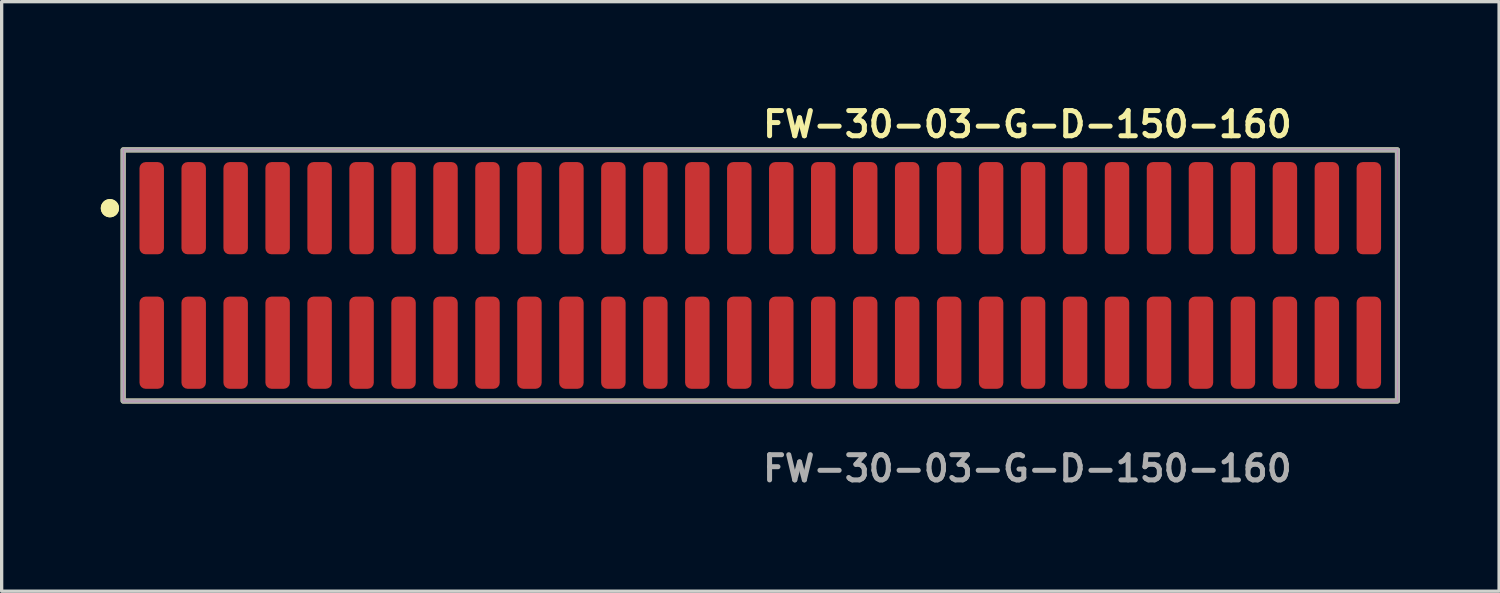
<source format=kicad_pcb>
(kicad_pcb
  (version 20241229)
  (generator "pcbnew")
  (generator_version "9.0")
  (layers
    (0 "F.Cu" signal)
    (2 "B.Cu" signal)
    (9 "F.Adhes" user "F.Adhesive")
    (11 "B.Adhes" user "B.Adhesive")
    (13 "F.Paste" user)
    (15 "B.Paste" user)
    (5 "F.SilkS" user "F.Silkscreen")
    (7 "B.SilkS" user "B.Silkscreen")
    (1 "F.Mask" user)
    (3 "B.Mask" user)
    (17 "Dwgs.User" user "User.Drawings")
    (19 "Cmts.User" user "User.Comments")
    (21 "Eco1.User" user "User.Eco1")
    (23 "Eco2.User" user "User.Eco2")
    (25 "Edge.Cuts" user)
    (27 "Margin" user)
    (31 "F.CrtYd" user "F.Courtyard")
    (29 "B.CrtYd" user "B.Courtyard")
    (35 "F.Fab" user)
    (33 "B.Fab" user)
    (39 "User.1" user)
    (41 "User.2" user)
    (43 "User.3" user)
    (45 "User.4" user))
  (footprint "FW-30-03-G-D-150-160"
    (layer "F.Cu")
    (at 19.956 5.285)
    (property "Reference" "FW-30-03-G-D-150-160" (at 0 -4.572 0) (unlocked yes) (layer "F.SilkS") (effects (font (size 0.762 0.762) (thickness 0.152)) (justify left)))
    (fp_rect (start -19.28 3.8) (end 19.28 -3.8) (stroke (width 0.152) (type solid)) (fill no) (layer "F.SilkS"))
    (fp_circle (center -19.68 -2.035) (end -19.88 -2.035) (stroke (width 0.152) (type solid)) (fill yes) (layer "F.SilkS"))
    (fp_circle (center -19.68 -2.035) (end -19.88 -2.035) (stroke (width 0.152) (type solid)) (fill yes) (layer "F.SilkS"))
    (fp_rect (start -19.28 3.8) (end 19.28 -3.8) (stroke (width 0.006) (type solid)) (fill no) (layer "F.CrtYd"))
    (fp_rect (start -19.28 3.8) (end 19.28 -3.8) (stroke (width 0.152) (type solid)) (fill no) (layer "F.Fab"))
    (fp_text user "${REFERENCE}" (at 0 5.842 0) (unlocked yes) (layer "F.Fab") (effects (font (size 0.762 0.762) (thickness 0.152)) (justify left)))
    (pad "1" smd roundrect (at -18.415 -2.035) (size 0.74 2.79) (layers "F.Cu" "F.Paste") (roundrect_rratio 0.25))
    (pad "2" smd roundrect (at -18.415 2.035) (size 0.74 2.79) (layers "F.Cu" "F.Paste") (roundrect_rratio 0.25))
    (pad "3" smd roundrect (at -17.145 -2.035) (size 0.74 2.79) (layers "F.Cu" "F.Paste") (roundrect_rratio 0.25))
    (pad "4" smd roundrect (at -17.145 2.035) (size 0.74 2.79) (layers "F.Cu" "F.Paste") (roundrect_rratio 0.25))
    (pad "5" smd roundrect (at -15.875 -2.035) (size 0.74 2.79) (layers "F.Cu" "F.Paste") (roundrect_rratio 0.25))
    (pad "6" smd roundrect (at -15.875 2.035) (size 0.74 2.79) (layers "F.Cu" "F.Paste") (roundrect_rratio 0.25))
    (pad "7" smd roundrect (at -14.605 -2.035) (size 0.74 2.79) (layers "F.Cu" "F.Paste") (roundrect_rratio 0.25))
    (pad "8" smd roundrect (at -14.605 2.035) (size 0.74 2.79) (layers "F.Cu" "F.Paste") (roundrect_rratio 0.25))
    (pad "9" smd roundrect (at -13.335 -2.035) (size 0.74 2.79) (layers "F.Cu" "F.Paste") (roundrect_rratio 0.25))
    (pad "10" smd roundrect (at -13.335 2.035) (size 0.74 2.79) (layers "F.Cu" "F.Paste") (roundrect_rratio 0.25))
    (pad "11" smd roundrect (at -12.065 -2.035) (size 0.74 2.79) (layers "F.Cu" "F.Paste") (roundrect_rratio 0.25))
    (pad "12" smd roundrect (at -12.065 2.035) (size 0.74 2.79) (layers "F.Cu" "F.Paste") (roundrect_rratio 0.25))
    (pad "13" smd roundrect (at -10.795 -2.035) (size 0.74 2.79) (layers "F.Cu" "F.Paste") (roundrect_rratio 0.25))
    (pad "14" smd roundrect (at -10.795 2.035) (size 0.74 2.79) (layers "F.Cu" "F.Paste") (roundrect_rratio 0.25))
    (pad "15" smd roundrect (at -9.525 -2.035) (size 0.74 2.79) (layers "F.Cu" "F.Paste") (roundrect_rratio 0.25))
    (pad "16" smd roundrect (at -9.525 2.035) (size 0.74 2.79) (layers "F.Cu" "F.Paste") (roundrect_rratio 0.25))
    (pad "17" smd roundrect (at -8.255 -2.035) (size 0.74 2.79) (layers "F.Cu" "F.Paste") (roundrect_rratio 0.25))
    (pad "18" smd roundrect (at -8.255 2.035) (size 0.74 2.79) (layers "F.Cu" "F.Paste") (roundrect_rratio 0.25))
    (pad "19" smd roundrect (at -6.985 -2.035) (size 0.74 2.79) (layers "F.Cu" "F.Paste") (roundrect_rratio 0.25))
    (pad "20" smd roundrect (at -6.985 2.035) (size 0.74 2.79) (layers "F.Cu" "F.Paste") (roundrect_rratio 0.25))
    (pad "21" smd roundrect (at -5.715 -2.035) (size 0.74 2.79) (layers "F.Cu" "F.Paste") (roundrect_rratio 0.25))
    (pad "22" smd roundrect (at -5.715 2.035) (size 0.74 2.79) (layers "F.Cu" "F.Paste") (roundrect_rratio 0.25))
    (pad "23" smd roundrect (at -4.445 -2.035) (size 0.74 2.79) (layers "F.Cu" "F.Paste") (roundrect_rratio 0.25))
    (pad "24" smd roundrect (at -4.445 2.035) (size 0.74 2.79) (layers "F.Cu" "F.Paste") (roundrect_rratio 0.25))
    (pad "25" smd roundrect (at -3.175 -2.035) (size 0.74 2.79) (layers "F.Cu" "F.Paste") (roundrect_rratio 0.25))
    (pad "26" smd roundrect (at -3.175 2.035) (size 0.74 2.79) (layers "F.Cu" "F.Paste") (roundrect_rratio 0.25))
    (pad "27" smd roundrect (at -1.905 -2.035) (size 0.74 2.79) (layers "F.Cu" "F.Paste") (roundrect_rratio 0.25))
    (pad "28" smd roundrect (at -1.905 2.035) (size 0.74 2.79) (layers "F.Cu" "F.Paste") (roundrect_rratio 0.25))
    (pad "29" smd roundrect (at -0.635 -2.035) (size 0.74 2.79) (layers "F.Cu" "F.Paste") (roundrect_rratio 0.25))
    (pad "30" smd roundrect (at -0.635 2.035) (size 0.74 2.79) (layers "F.Cu" "F.Paste") (roundrect_rratio 0.25))
    (pad "31" smd roundrect (at 0.635 -2.035) (size 0.74 2.79) (layers "F.Cu" "F.Paste") (roundrect_rratio 0.25))
    (pad "32" smd roundrect (at 0.635 2.035) (size 0.74 2.79) (layers "F.Cu" "F.Paste") (roundrect_rratio 0.25))
    (pad "33" smd roundrect (at 1.905 -2.035) (size 0.74 2.79) (layers "F.Cu" "F.Paste") (roundrect_rratio 0.25))
    (pad "34" smd roundrect (at 1.905 2.035) (size 0.74 2.79) (layers "F.Cu" "F.Paste") (roundrect_rratio 0.25))
    (pad "35" smd roundrect (at 3.175 -2.035) (size 0.74 2.79) (layers "F.Cu" "F.Paste") (roundrect_rratio 0.25))
    (pad "36" smd roundrect (at 3.175 2.035) (size 0.74 2.79) (layers "F.Cu" "F.Paste") (roundrect_rratio 0.25))
    (pad "37" smd roundrect (at 4.445 -2.035) (size 0.74 2.79) (layers "F.Cu" "F.Paste") (roundrect_rratio 0.25))
    (pad "38" smd roundrect (at 4.445 2.035) (size 0.74 2.79) (layers "F.Cu" "F.Paste") (roundrect_rratio 0.25))
    (pad "39" smd roundrect (at 5.715 -2.035) (size 0.74 2.79) (layers "F.Cu" "F.Paste") (roundrect_rratio 0.25))
    (pad "40" smd roundrect (at 5.715 2.035) (size 0.74 2.79) (layers "F.Cu" "F.Paste") (roundrect_rratio 0.25))
    (pad "41" smd roundrect (at 6.985 -2.035) (size 0.74 2.79) (layers "F.Cu" "F.Paste") (roundrect_rratio 0.25))
    (pad "42" smd roundrect (at 6.985 2.035) (size 0.74 2.79) (layers "F.Cu" "F.Paste") (roundrect_rratio 0.25))
    (pad "43" smd roundrect (at 8.255 -2.035) (size 0.74 2.79) (layers "F.Cu" "F.Paste") (roundrect_rratio 0.25))
    (pad "44" smd roundrect (at 8.255 2.035) (size 0.74 2.79) (layers "F.Cu" "F.Paste") (roundrect_rratio 0.25))
    (pad "45" smd roundrect (at 9.525 -2.035) (size 0.74 2.79) (layers "F.Cu" "F.Paste") (roundrect_rratio 0.25))
    (pad "46" smd roundrect (at 9.525 2.035) (size 0.74 2.79) (layers "F.Cu" "F.Paste") (roundrect_rratio 0.25))
    (pad "47" smd roundrect (at 10.795 -2.035) (size 0.74 2.79) (layers "F.Cu" "F.Paste") (roundrect_rratio 0.25))
    (pad "48" smd roundrect (at 10.795 2.035) (size 0.74 2.79) (layers "F.Cu" "F.Paste") (roundrect_rratio 0.25))
    (pad "49" smd roundrect (at 12.065 -2.035) (size 0.74 2.79) (layers "F.Cu" "F.Paste") (roundrect_rratio 0.25))
    (pad "50" smd roundrect (at 12.065 2.035) (size 0.74 2.79) (layers "F.Cu" "F.Paste") (roundrect_rratio 0.25))
    (pad "51" smd roundrect (at 13.335 -2.035) (size 0.74 2.79) (layers "F.Cu" "F.Paste") (roundrect_rratio 0.25))
    (pad "52" smd roundrect (at 13.335 2.035) (size 0.74 2.79) (layers "F.Cu" "F.Paste") (roundrect_rratio 0.25))
    (pad "53" smd roundrect (at 14.605 -2.035) (size 0.74 2.79) (layers "F.Cu" "F.Paste") (roundrect_rratio 0.25))
    (pad "54" smd roundrect (at 14.605 2.035) (size 0.74 2.79) (layers "F.Cu" "F.Paste") (roundrect_rratio 0.25))
    (pad "55" smd roundrect (at 15.875 -2.035) (size 0.74 2.79) (layers "F.Cu" "F.Paste") (roundrect_rratio 0.25))
    (pad "56" smd roundrect (at 15.875 2.035) (size 0.74 2.79) (layers "F.Cu" "F.Paste") (roundrect_rratio 0.25))
    (pad "57" smd roundrect (at 17.145 -2.035) (size 0.74 2.79) (layers "F.Cu" "F.Paste") (roundrect_rratio 0.25))
    (pad "58" smd roundrect (at 17.145 2.035) (size 0.74 2.79) (layers "F.Cu" "F.Paste") (roundrect_rratio 0.25))
    (pad "59" smd roundrect (at 18.415 -2.035) (size 0.74 2.79) (layers "F.Cu" "F.Paste") (roundrect_rratio 0.25))
    (pad "60" smd roundrect (at 18.415 2.035) (size 0.74 2.79) (layers "F.Cu" "F.Paste") (roundrect_rratio 0.25)))
  (gr_rect
    (start -3 -3)
    (end 42.312 14.84)
    (stroke (width 0.1) (type default))
    (fill no)
    (layer "Edge.Cuts")))
</source>
